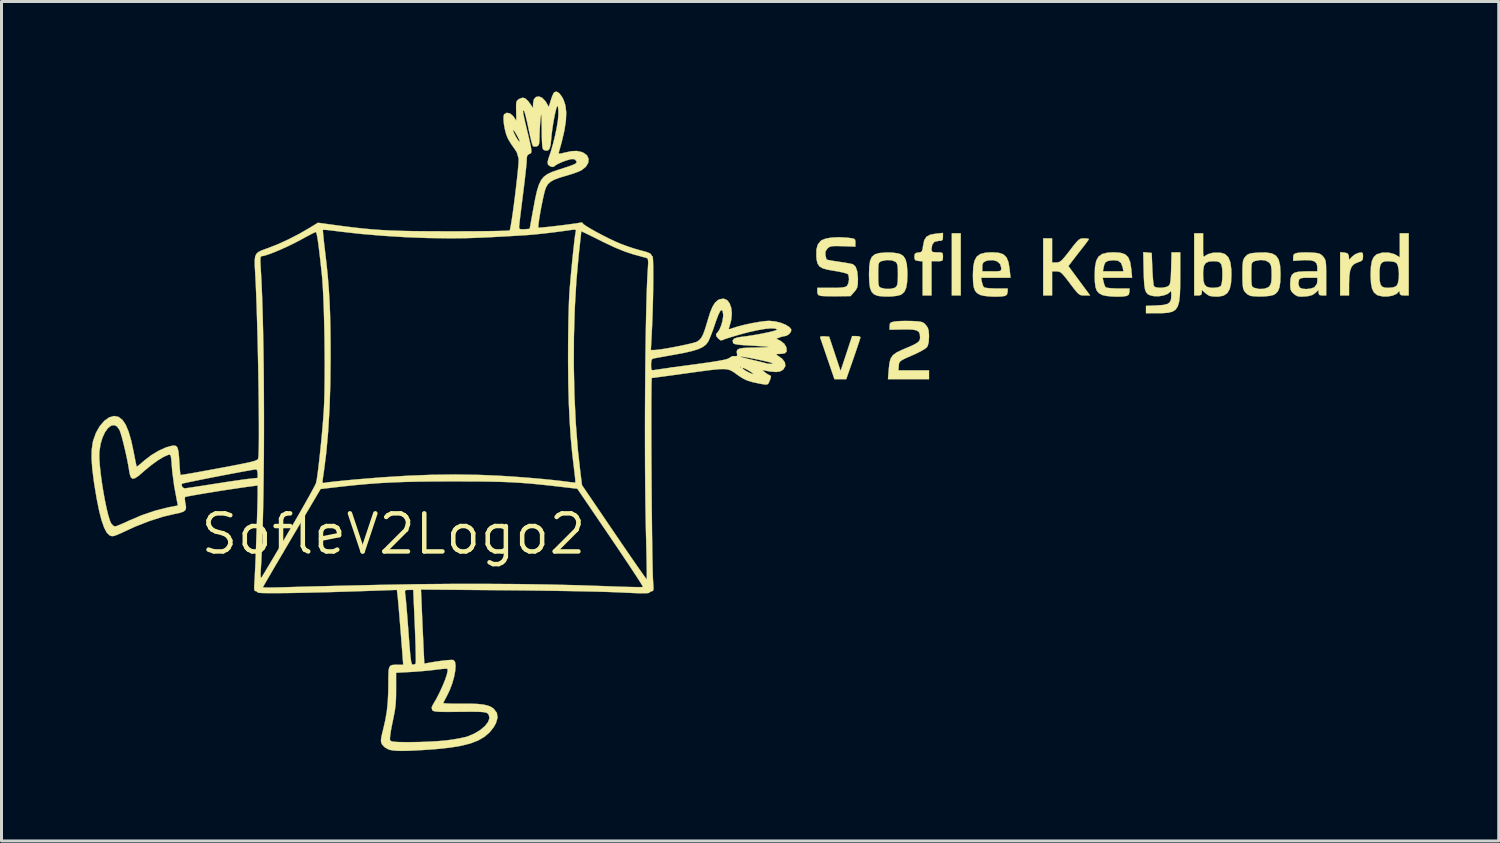
<source format=kicad_pcb>
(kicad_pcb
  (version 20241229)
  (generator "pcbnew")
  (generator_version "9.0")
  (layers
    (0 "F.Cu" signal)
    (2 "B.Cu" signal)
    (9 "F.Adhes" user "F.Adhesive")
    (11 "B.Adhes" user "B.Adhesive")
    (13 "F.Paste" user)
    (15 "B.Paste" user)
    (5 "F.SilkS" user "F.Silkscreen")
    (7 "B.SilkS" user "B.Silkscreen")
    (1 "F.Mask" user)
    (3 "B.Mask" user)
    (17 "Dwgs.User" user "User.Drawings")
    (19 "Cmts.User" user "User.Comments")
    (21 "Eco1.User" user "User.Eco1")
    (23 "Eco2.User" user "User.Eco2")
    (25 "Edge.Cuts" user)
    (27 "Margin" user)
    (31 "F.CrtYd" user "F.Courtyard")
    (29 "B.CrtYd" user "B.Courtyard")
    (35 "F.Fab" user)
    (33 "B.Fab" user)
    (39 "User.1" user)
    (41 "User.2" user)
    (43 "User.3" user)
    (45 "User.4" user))
  (footprint "SofleV2Logo2"
    (layer "F.Cu")
    (at 10.075 14.765)
    (property "Reference" "SofleV2Logo2" (at 0 0 0) (layer "F.SilkS") (effects (font (size 1.27 1.27) (thickness 0.15))))
    (attr through_hole)
    (fp_poly (pts (xy 18.923 -7.959) (xy 18.627 -7.959) (xy 18.627 -10.033) (xy 18.923 -10.033) (xy 18.923 -7.959)) (stroke (width 0.01) (type solid)) (fill yes) (layer "F.SilkS"))
    (fp_poly (pts (xy 31.718 -9.39) (xy 31.817 -9.368) (xy 31.86 -9.312) (xy 31.869 -9.261) (xy 31.882 -9.146) (xy 31.975 -9.251) (xy 32.085 -9.335) (xy 32.205 -9.382) (xy 32.297 -9.394) (xy 32.335 -9.368) (xy 32.343 -9.281) (xy 32.343 -9.262) (xy 32.335 -9.166) (xy 32.296 -9.113) (xy 32.203 -9.074) (xy 32.17 -9.063) (xy 32.051 -9.01) (xy 31.967 -8.924) (xy 31.914 -8.794) (xy 31.886 -8.605) (xy 31.877 -8.347) (xy 31.877 -8.341) (xy 31.877 -7.959) (xy 31.581 -7.959) (xy 31.581 -9.403) (xy 31.718 -9.39)) (stroke (width 0.01) (type solid)) (fill yes) (layer "F.SilkS"))
    (fp_poly (pts (xy 15.534 -6.594) (xy 15.578 -6.569) (xy 15.579 -6.566) (xy 15.565 -6.515) (xy 15.528 -6.398) (xy 15.472 -6.229) (xy 15.402 -6.022) (xy 15.341 -5.846) (xy 15.103 -5.165) (xy 14.907 -5.165) (xy 14.711 -5.165) (xy 14.478 -5.847) (xy 14.4 -6.075) (xy 14.332 -6.275) (xy 14.277 -6.433) (xy 14.242 -6.537) (xy 14.23 -6.569) (xy 14.257 -6.592) (xy 14.343 -6.598) (xy 14.375 -6.596) (xy 14.535 -6.583) (xy 14.725 -6.011) (xy 14.916 -5.44) (xy 15.109 -6.022) (xy 15.301 -6.604) (xy 15.44 -6.604) (xy 15.534 -6.594)) (stroke (width 0.01) (type solid)) (fill yes) (layer "F.SilkS"))
    (fp_poly (pts (xy 18.33 -9.912) (xy 18.323 -9.822) (xy 18.282 -9.786) (xy 18.184 -9.779) (xy 18.051 -9.75) (xy 17.974 -9.66) (xy 17.949 -9.507) (xy 17.957 -9.44) (xy 17.995 -9.408) (xy 18.085 -9.398) (xy 18.14 -9.398) (xy 18.257 -9.395) (xy 18.312 -9.373) (xy 18.329 -9.316) (xy 18.33 -9.25) (xy 18.326 -9.159) (xy 18.299 -9.116) (xy 18.225 -9.103) (xy 18.14 -9.102) (xy 17.949 -9.102) (xy 17.949 -7.959) (xy 17.653 -7.959) (xy 17.653 -9.096) (xy 17.515 -9.11) (xy 17.42 -9.129) (xy 17.383 -9.178) (xy 17.378 -9.25) (xy 17.389 -9.34) (xy 17.441 -9.379) (xy 17.51 -9.39) (xy 17.588 -9.403) (xy 17.631 -9.44) (xy 17.654 -9.521) (xy 17.668 -9.62) (xy 17.706 -9.801) (xy 17.781 -9.918) (xy 17.907 -9.986) (xy 18.09 -10.02) (xy 18.33 -10.045) (xy 18.33 -9.912)) (stroke (width 0.01) (type solid)) (fill yes) (layer "F.SilkS"))
    (fp_poly (pts (xy 21.971 -9.059) (xy 22.114 -9.059) (xy 22.179 -9.065) (xy 22.238 -9.089) (xy 22.303 -9.143) (xy 22.388 -9.238) (xy 22.505 -9.385) (xy 22.564 -9.461) (xy 22.695 -9.632) (xy 22.79 -9.746) (xy 22.86 -9.815) (xy 22.92 -9.85) (xy 22.982 -9.862) (xy 23.035 -9.864) (xy 23.139 -9.858) (xy 23.195 -9.845) (xy 23.199 -9.84) (xy 23.174 -9.799) (xy 23.109 -9.708) (xy 23.015 -9.585) (xy 22.974 -9.533) (xy 22.853 -9.379) (xy 22.736 -9.228) (xy 22.645 -9.11) (xy 22.633 -9.094) (xy 22.516 -8.938) (xy 22.878 -8.448) (xy 23.24 -7.959) (xy 23.055 -7.959) (xy 22.976 -7.961) (xy 22.913 -7.974) (xy 22.854 -8.011) (xy 22.784 -8.082) (xy 22.691 -8.198) (xy 22.568 -8.361) (xy 22.437 -8.533) (xy 22.343 -8.647) (xy 22.273 -8.716) (xy 22.213 -8.75) (xy 22.152 -8.762) (xy 22.118 -8.763) (xy 21.971 -8.763) (xy 21.971 -7.959) (xy 21.675 -7.959) (xy 21.675 -9.864) (xy 21.971 -9.864) (xy 21.971 -9.059)) (stroke (width 0.01) (type solid)) (fill yes) (layer "F.SilkS"))
    (fp_poly (pts (xy 24.249 -9.383) (xy 24.407 -9.332) (xy 24.512 -9.232) (xy 24.576 -9.073) (xy 24.613 -8.841) (xy 24.613 -8.837) (xy 24.64 -8.551) (xy 23.658 -8.551) (xy 23.687 -8.414) (xy 23.718 -8.306) (xy 23.755 -8.235) (xy 23.756 -8.234) (xy 23.814 -8.215) (xy 23.934 -8.2) (xy 24.097 -8.193) (xy 24.175 -8.192) (xy 24.553 -8.192) (xy 24.553 -8.08) (xy 24.528 -7.984) (xy 24.458 -7.943) (xy 24.325 -7.924) (xy 24.147 -7.918) (xy 23.954 -7.925) (xy 23.779 -7.944) (xy 23.651 -7.972) (xy 23.636 -7.978) (xy 23.533 -8.037) (xy 23.462 -8.119) (xy 23.419 -8.24) (xy 23.398 -8.415) (xy 23.392 -8.636) (xy 23.397 -8.763) (xy 23.666 -8.763) (xy 24.352 -8.763) (xy 24.325 -8.901) (xy 24.272 -9.041) (xy 24.174 -9.117) (xy 24.02 -9.135) (xy 23.968 -9.131) (xy 23.83 -9.109) (xy 23.752 -9.066) (xy 23.711 -8.984) (xy 23.692 -8.901) (xy 23.666 -8.763) (xy 23.397 -8.763) (xy 23.403 -8.911) (xy 23.443 -9.115) (xy 23.521 -9.255) (xy 23.644 -9.343) (xy 23.821 -9.387) (xy 24.028 -9.398) (xy 24.249 -9.383)) (stroke (width 0.01) (type solid)) (fill yes) (layer "F.SilkS"))
    (fp_poly (pts (xy 33.867 -7.959) (xy 33.718 -7.959) (xy 33.617 -7.968) (xy 33.575 -8.005) (xy 33.567 -8.054) (xy 33.557 -8.107) (xy 33.542 -8.095) (xy 33.468 -8.014) (xy 33.337 -7.956) (xy 33.173 -7.926) (xy 33.001 -7.926) (xy 32.846 -7.96) (xy 32.802 -7.981) (xy 32.709 -8.059) (xy 32.646 -8.184) (xy 32.61 -8.367) (xy 32.597 -8.619) (xy 32.597 -8.657) (xy 32.893 -8.657) (xy 32.899 -8.457) (xy 32.925 -8.327) (xy 32.979 -8.253) (xy 33.071 -8.219) (xy 33.188 -8.213) (xy 33.354 -8.229) (xy 33.458 -8.275) (xy 33.461 -8.279) (xy 33.508 -8.37) (xy 33.535 -8.513) (xy 33.542 -8.68) (xy 33.529 -8.843) (xy 33.498 -8.977) (xy 33.453 -9.049) (xy 33.371 -9.081) (xy 33.244 -9.099) (xy 33.183 -9.102) (xy 33.052 -9.092) (xy 32.968 -9.052) (xy 32.919 -8.969) (xy 32.897 -8.828) (xy 32.893 -8.657) (xy 32.597 -8.657) (xy 32.607 -8.917) (xy 32.639 -9.105) (xy 32.697 -9.236) (xy 32.785 -9.321) (xy 32.811 -9.336) (xy 32.992 -9.389) (xy 33.197 -9.389) (xy 33.387 -9.338) (xy 33.433 -9.314) (xy 33.57 -9.23) (xy 33.57 -10.033) (xy 33.867 -10.033) (xy 33.867 -7.959)) (stroke (width 0.01) (type solid)) (fill yes) (layer "F.SilkS"))
    (fp_poly (pts (xy 17.253 -7.107) (xy 17.294 -7.106) (xy 17.475 -7.096) (xy 17.592 -7.082) (xy 17.668 -7.056) (xy 17.725 -7.013) (xy 17.762 -6.972) (xy 17.822 -6.887) (xy 17.853 -6.789) (xy 17.864 -6.648) (xy 17.865 -6.585) (xy 17.855 -6.4) (xy 17.822 -6.277) (xy 17.791 -6.227) (xy 17.722 -6.173) (xy 17.595 -6.099) (xy 17.429 -6.016) (xy 17.293 -5.955) (xy 17.107 -5.874) (xy 16.985 -5.815) (xy 16.913 -5.768) (xy 16.876 -5.721) (xy 16.861 -5.664) (xy 16.857 -5.617) (xy 16.844 -5.461) (xy 17.865 -5.461) (xy 17.865 -5.165) (xy 16.497 -5.165) (xy 16.524 -5.51) (xy 16.546 -5.711) (xy 16.587 -5.857) (xy 16.659 -5.965) (xy 16.778 -6.054) (xy 16.958 -6.142) (xy 17.056 -6.183) (xy 17.268 -6.273) (xy 17.413 -6.344) (xy 17.503 -6.404) (xy 17.551 -6.463) (xy 17.567 -6.528) (xy 17.568 -6.555) (xy 17.559 -6.668) (xy 17.524 -6.746) (xy 17.449 -6.794) (xy 17.323 -6.819) (xy 17.131 -6.826) (xy 17.002 -6.824) (xy 16.552 -6.816) (xy 16.552 -6.94) (xy 16.56 -7.018) (xy 16.598 -7.06) (xy 16.69 -7.085) (xy 16.74 -7.093) (xy 16.873 -7.104) (xy 17.056 -7.109) (xy 17.253 -7.107)) (stroke (width 0.01) (type solid)) (fill yes) (layer "F.SilkS"))
    (fp_poly (pts (xy 20.186 -9.383) (xy 20.344 -9.331) (xy 20.45 -9.231) (xy 20.516 -9.07) (xy 20.554 -8.837) (xy 20.554 -8.837) (xy 20.584 -8.551) (xy 19.602 -8.551) (xy 19.628 -8.414) (xy 19.657 -8.306) (xy 19.692 -8.235) (xy 19.693 -8.234) (xy 19.75 -8.215) (xy 19.871 -8.2) (xy 20.032 -8.193) (xy 20.111 -8.192) (xy 20.489 -8.192) (xy 20.489 -8.08) (xy 20.464 -7.984) (xy 20.394 -7.943) (xy 20.261 -7.924) (xy 20.083 -7.918) (xy 19.89 -7.925) (xy 19.715 -7.944) (xy 19.587 -7.972) (xy 19.572 -7.978) (xy 19.469 -8.037) (xy 19.4 -8.119) (xy 19.357 -8.24) (xy 19.336 -8.415) (xy 19.33 -8.636) (xy 19.341 -8.911) (xy 19.341 -8.912) (xy 19.643 -8.912) (xy 19.643 -8.763) (xy 19.96 -8.763) (xy 20.122 -8.764) (xy 20.216 -8.772) (xy 20.262 -8.793) (xy 20.276 -8.832) (xy 20.278 -8.869) (xy 20.241 -9.002) (xy 20.144 -9.094) (xy 20.002 -9.138) (xy 19.831 -9.127) (xy 19.751 -9.103) (xy 19.675 -9.056) (xy 19.645 -8.975) (xy 19.643 -8.912) (xy 19.341 -8.912) (xy 19.381 -9.114) (xy 19.458 -9.255) (xy 19.58 -9.343) (xy 19.755 -9.387) (xy 19.964 -9.398) (xy 20.186 -9.383)) (stroke (width 0.01) (type solid)) (fill yes) (layer "F.SilkS"))
    (fp_poly (pts (xy 25.153 -9.39) (xy 25.294 -9.377) (xy 25.315 -8.848) (xy 25.326 -8.641) (xy 25.34 -8.463) (xy 25.355 -8.333) (xy 25.37 -8.267) (xy 25.371 -8.266) (xy 25.437 -8.229) (xy 25.552 -8.215) (xy 25.685 -8.221) (xy 25.801 -8.249) (xy 25.847 -8.273) (xy 25.882 -8.307) (xy 25.906 -8.36) (xy 25.922 -8.448) (xy 25.933 -8.585) (xy 25.941 -8.787) (xy 25.943 -8.865) (xy 25.957 -9.398) (xy 26.247 -9.398) (xy 26.247 -8.583) (xy 26.244 -8.23) (xy 26.233 -7.953) (xy 26.207 -7.743) (xy 26.161 -7.59) (xy 26.089 -7.485) (xy 25.986 -7.419) (xy 25.846 -7.383) (xy 25.664 -7.369) (xy 25.495 -7.367) (xy 25.104 -7.366) (xy 25.104 -7.611) (xy 25.467 -7.626) (xy 25.678 -7.642) (xy 25.818 -7.675) (xy 25.9 -7.734) (xy 25.94 -7.831) (xy 25.949 -7.975) (xy 25.949 -7.977) (xy 25.944 -8.079) (xy 25.929 -8.106) (xy 25.905 -8.076) (xy 25.826 -8.01) (xy 25.692 -7.96) (xy 25.531 -7.932) (xy 25.372 -7.935) (xy 25.357 -7.938) (xy 25.246 -7.962) (xy 25.164 -8.001) (xy 25.106 -8.067) (xy 25.069 -8.171) (xy 25.046 -8.326) (xy 25.033 -8.544) (xy 25.026 -8.77) (xy 25.013 -9.404) (xy 25.153 -9.39)) (stroke (width 0.01) (type solid)) (fill yes) (layer "F.SilkS"))
    (fp_poly (pts (xy 27.009 -9.624) (xy 27.009 -9.437) (xy 27.013 -9.321) (xy 27.024 -9.265) (xy 27.044 -9.255) (xy 27.078 -9.278) (xy 27.093 -9.292) (xy 27.187 -9.342) (xy 27.323 -9.379) (xy 27.379 -9.387) (xy 27.585 -9.387) (xy 27.74 -9.339) (xy 27.849 -9.235) (xy 27.917 -9.069) (xy 27.949 -8.835) (xy 27.954 -8.657) (xy 27.941 -8.38) (xy 27.897 -8.176) (xy 27.817 -8.037) (xy 27.694 -7.954) (xy 27.525 -7.921) (xy 27.44 -7.92) (xy 27.318 -7.928) (xy 27.227 -7.944) (xy 27.22 -7.946) (xy 27.144 -7.991) (xy 27.062 -8.056) (xy 26.966 -8.143) (xy 26.966 -8.051) (xy 26.949 -7.984) (xy 26.882 -7.96) (xy 26.839 -7.959) (xy 26.712 -7.959) (xy 26.712 -8.665) (xy 27.009 -8.665) (xy 27.018 -8.461) (xy 27.054 -8.328) (xy 27.126 -8.251) (xy 27.244 -8.218) (xy 27.349 -8.213) (xy 27.502 -8.228) (xy 27.595 -8.269) (xy 27.601 -8.276) (xy 27.629 -8.354) (xy 27.648 -8.496) (xy 27.653 -8.657) (xy 27.647 -8.857) (xy 27.621 -8.987) (xy 27.566 -9.062) (xy 27.472 -9.095) (xy 27.356 -9.102) (xy 27.198 -9.089) (xy 27.095 -9.04) (xy 27.036 -8.943) (xy 27.012 -8.784) (xy 27.009 -8.665) (xy 26.712 -8.665) (xy 26.712 -10.033) (xy 27.009 -10.033) (xy 27.009 -9.624)) (stroke (width 0.01) (type solid)) (fill yes) (layer "F.SilkS"))
    (fp_poly (pts (xy 16.669 -9.386) (xy 16.827 -9.362) (xy 16.911 -9.338) (xy 17.013 -9.271) (xy 17.083 -9.161) (xy 17.125 -8.997) (xy 17.143 -8.767) (xy 17.145 -8.657) (xy 17.135 -8.398) (xy 17.102 -8.21) (xy 17.044 -8.081) (xy 16.954 -7.998) (xy 16.911 -7.976) (xy 16.78 -7.944) (xy 16.599 -7.925) (xy 16.402 -7.922) (xy 16.223 -7.936) (xy 16.133 -7.953) (xy 16.023 -8.002) (xy 15.947 -8.085) (xy 15.898 -8.214) (xy 15.872 -8.402) (xy 15.864 -8.657) (xy 16.171 -8.657) (xy 16.173 -8.468) (xy 16.179 -8.347) (xy 16.194 -8.276) (xy 16.222 -8.237) (xy 16.266 -8.214) (xy 16.267 -8.214) (xy 16.415 -8.179) (xy 16.575 -8.178) (xy 16.71 -8.21) (xy 16.745 -8.23) (xy 16.786 -8.272) (xy 16.811 -8.335) (xy 16.823 -8.441) (xy 16.827 -8.607) (xy 16.828 -8.657) (xy 16.825 -8.841) (xy 16.815 -8.959) (xy 16.793 -9.03) (xy 16.757 -9.075) (xy 16.745 -9.084) (xy 16.621 -9.132) (xy 16.457 -9.14) (xy 16.291 -9.107) (xy 16.28 -9.103) (xy 16.23 -9.08) (xy 16.198 -9.046) (xy 16.18 -8.984) (xy 16.173 -8.877) (xy 16.171 -8.706) (xy 16.171 -8.657) (xy 15.864 -8.657) (xy 15.864 -8.657) (xy 15.872 -8.922) (xy 15.9 -9.115) (xy 15.959 -9.247) (xy 16.058 -9.33) (xy 16.209 -9.374) (xy 16.42 -9.392) (xy 16.501 -9.394) (xy 16.669 -9.386)) (stroke (width 0.01) (type solid)) (fill yes) (layer "F.SilkS"))
    (fp_poly (pts (xy 29.303 -9.361) (xy 29.441 -9.285) (xy 29.529 -9.155) (xy 29.576 -8.962) (xy 29.591 -8.696) (xy 29.591 -8.665) (xy 29.583 -8.409) (xy 29.555 -8.224) (xy 29.503 -8.096) (xy 29.422 -8.012) (xy 29.354 -7.975) (xy 29.23 -7.945) (xy 29.054 -7.927) (xy 28.858 -7.923) (xy 28.672 -7.934) (xy 28.586 -7.946) (xy 28.494 -7.992) (xy 28.407 -8.073) (xy 28.368 -8.132) (xy 28.344 -8.204) (xy 28.329 -8.308) (xy 28.322 -8.462) (xy 28.321 -8.657) (xy 28.617 -8.657) (xy 28.619 -8.468) (xy 28.625 -8.347) (xy 28.64 -8.276) (xy 28.668 -8.237) (xy 28.712 -8.214) (xy 28.713 -8.214) (xy 28.877 -8.175) (xy 29.042 -8.181) (xy 29.175 -8.228) (xy 29.21 -8.255) (xy 29.256 -8.316) (xy 29.282 -8.401) (xy 29.293 -8.532) (xy 29.295 -8.657) (xy 29.291 -8.832) (xy 29.275 -8.945) (xy 29.243 -9.02) (xy 29.21 -9.059) (xy 29.091 -9.125) (xy 28.929 -9.143) (xy 28.752 -9.112) (xy 28.726 -9.103) (xy 28.676 -9.08) (xy 28.644 -9.046) (xy 28.626 -8.984) (xy 28.619 -8.877) (xy 28.617 -8.706) (xy 28.617 -8.657) (xy 28.321 -8.657) (xy 28.321 -8.661) (xy 28.322 -8.872) (xy 28.329 -9.017) (xy 28.343 -9.114) (xy 28.367 -9.181) (xy 28.406 -9.238) (xy 28.419 -9.253) (xy 28.48 -9.314) (xy 28.553 -9.351) (xy 28.66 -9.373) (xy 28.826 -9.387) (xy 28.837 -9.388) (xy 29.104 -9.393) (xy 29.303 -9.361)) (stroke (width 0.01) (type solid)) (fill yes) (layer "F.SilkS"))
    (fp_poly (pts (xy 30.612 -9.391) (xy 30.777 -9.377) (xy 30.882 -9.356) (xy 30.954 -9.316) (xy 31.014 -9.256) (xy 31.054 -9.205) (xy 31.082 -9.15) (xy 31.1 -9.076) (xy 31.11 -8.966) (xy 31.114 -8.805) (xy 31.115 -8.576) (xy 31.115 -8.549) (xy 31.115 -7.959) (xy 30.988 -7.959) (xy 30.896 -7.971) (xy 30.863 -8.02) (xy 30.861 -8.051) (xy 30.861 -8.143) (xy 30.755 -8.043) (xy 30.655 -7.975) (xy 30.518 -7.938) (xy 30.402 -7.925) (xy 30.254 -7.919) (xy 30.156 -7.935) (xy 30.076 -7.979) (xy 30.034 -8.013) (xy 29.963 -8.083) (xy 29.927 -8.157) (xy 29.915 -8.265) (xy 29.915 -8.345) (xy 30.185 -8.345) (xy 30.223 -8.234) (xy 30.234 -8.221) (xy 30.32 -8.183) (xy 30.451 -8.172) (xy 30.592 -8.187) (xy 30.708 -8.226) (xy 30.725 -8.236) (xy 30.804 -8.341) (xy 30.819 -8.427) (xy 30.819 -8.551) (xy 30.527 -8.551) (xy 30.362 -8.547) (xy 30.265 -8.531) (xy 30.217 -8.499) (xy 30.209 -8.484) (xy 30.185 -8.345) (xy 29.915 -8.345) (xy 29.915 -8.364) (xy 29.927 -8.529) (xy 29.967 -8.642) (xy 30.048 -8.713) (xy 30.183 -8.749) (xy 30.384 -8.762) (xy 30.464 -8.763) (xy 30.819 -8.763) (xy 30.819 -8.912) (xy 30.798 -9.022) (xy 30.729 -9.094) (xy 30.602 -9.131) (xy 30.408 -9.138) (xy 30.3 -9.133) (xy 30.014 -9.113) (xy 30.014 -9.232) (xy 30.026 -9.316) (xy 30.08 -9.359) (xy 30.163 -9.38) (xy 30.282 -9.392) (xy 30.449 -9.395) (xy 30.612 -9.391)) (stroke (width 0.01) (type solid)) (fill yes) (layer "F.SilkS"))
    (fp_poly (pts (xy 15.122 -9.888) (xy 15.129 -9.887) (xy 15.279 -9.869) (xy 15.362 -9.85) (xy 15.399 -9.817) (xy 15.409 -9.76) (xy 15.409 -9.723) (xy 15.409 -9.588) (xy 14.99 -9.603) (xy 14.795 -9.608) (xy 14.665 -9.605) (xy 14.581 -9.592) (xy 14.524 -9.565) (xy 14.477 -9.524) (xy 14.411 -9.427) (xy 14.409 -9.311) (xy 14.411 -9.301) (xy 14.433 -9.206) (xy 14.452 -9.156) (xy 14.453 -9.155) (xy 14.499 -9.143) (xy 14.61 -9.122) (xy 14.766 -9.097) (xy 14.865 -9.082) (xy 15.046 -9.055) (xy 15.199 -9.028) (xy 15.303 -9.006) (xy 15.33 -8.998) (xy 15.417 -8.917) (xy 15.472 -8.759) (xy 15.494 -8.526) (xy 15.494 -8.487) (xy 15.489 -8.329) (xy 15.469 -8.224) (xy 15.424 -8.14) (xy 15.371 -8.076) (xy 15.247 -7.938) (xy 14.81 -7.931) (xy 14.613 -7.931) (xy 14.436 -7.934) (xy 14.304 -7.94) (xy 14.256 -7.945) (xy 14.171 -7.975) (xy 14.141 -8.045) (xy 14.139 -8.088) (xy 14.139 -8.213) (xy 14.602 -8.213) (xy 14.821 -8.215) (xy 14.97 -8.225) (xy 15.066 -8.243) (xy 15.122 -8.271) (xy 15.131 -8.279) (xy 15.178 -8.373) (xy 15.197 -8.503) (xy 15.182 -8.625) (xy 15.164 -8.666) (xy 15.111 -8.693) (xy 14.993 -8.726) (xy 14.831 -8.759) (xy 14.714 -8.778) (xy 14.48 -8.819) (xy 14.317 -8.865) (xy 14.211 -8.929) (xy 14.149 -9.021) (xy 14.117 -9.15) (xy 14.107 -9.259) (xy 14.109 -9.491) (xy 14.157 -9.661) (xy 14.253 -9.779) (xy 14.282 -9.801) (xy 14.42 -9.856) (xy 14.62 -9.891) (xy 14.861 -9.902) (xy 15.122 -9.888)) (stroke (width 0.01) (type solid)) (fill yes) (layer "F.SilkS"))
    (fp_poly (pts (xy 5.525 -14.71) (xy 5.617 -14.593) (xy 5.672 -14.492) (xy 5.737 -14.296) (xy 5.764 -14.063) (xy 5.752 -13.785) (xy 5.701 -13.454) (xy 5.609 -13.063) (xy 5.523 -12.758) (xy 5.512 -12.708) (xy 5.529 -12.688) (xy 5.593 -12.695) (xy 5.72 -12.726) (xy 5.721 -12.726) (xy 5.94 -12.772) (xy 6.113 -12.779) (xy 6.267 -12.747) (xy 6.329 -12.724) (xy 6.454 -12.636) (xy 6.51 -12.518) (xy 6.498 -12.385) (xy 6.419 -12.253) (xy 6.275 -12.137) (xy 6.169 -12.088) (xy 6.011 -12.03) (xy 5.831 -11.973) (xy 5.785 -11.96) (xy 5.539 -11.887) (xy 5.361 -11.82) (xy 5.237 -11.75) (xy 5.151 -11.668) (xy 5.09 -11.565) (xy 5.081 -11.543) (xy 5.051 -11.452) (xy 5.014 -11.306) (xy 4.974 -11.123) (xy 4.933 -10.92) (xy 4.895 -10.714) (xy 4.864 -10.524) (xy 4.841 -10.367) (xy 4.831 -10.26) (xy 4.835 -10.221) (xy 4.88 -10.221) (xy 4.992 -10.23) (xy 5.154 -10.246) (xy 5.349 -10.268) (xy 5.56 -10.293) (xy 5.769 -10.319) (xy 5.961 -10.345) (xy 6.118 -10.367) (xy 6.223 -10.385) (xy 6.255 -10.393) (xy 6.303 -10.387) (xy 6.308 -10.373) (xy 6.344 -10.333) (xy 6.442 -10.266) (xy 6.589 -10.177) (xy 6.77 -10.075) (xy 6.972 -9.968) (xy 7.18 -9.863) (xy 7.38 -9.768) (xy 7.559 -9.69) (xy 7.566 -9.687) (xy 7.781 -9.606) (xy 8.011 -9.529) (xy 8.218 -9.469) (xy 8.275 -9.455) (xy 8.445 -9.408) (xy 8.556 -9.363) (xy 8.594 -9.326) (xy 8.622 -9.275) (xy 8.641 -9.271) (xy 8.652 -9.23) (xy 8.66 -9.116) (xy 8.665 -8.939) (xy 8.667 -8.709) (xy 8.666 -8.437) (xy 8.663 -8.135) (xy 8.657 -7.812) (xy 8.648 -7.48) (xy 8.637 -7.15) (xy 8.623 -6.831) (xy 8.61 -6.572) (xy 8.586 -6.138) (xy 8.7 -6.138) (xy 8.808 -6.147) (xy 8.975 -6.17) (xy 9.179 -6.204) (xy 9.403 -6.246) (xy 9.626 -6.29) (xy 9.83 -6.335) (xy 9.995 -6.375) (xy 10.103 -6.407) (xy 10.122 -6.416) (xy 10.202 -6.469) (xy 10.27 -6.547) (xy 10.331 -6.663) (xy 10.393 -6.832) (xy 10.464 -7.066) (xy 10.478 -7.115) (xy 10.561 -7.382) (xy 10.64 -7.577) (xy 10.723 -7.712) (xy 10.816 -7.798) (xy 10.88 -7.832) (xy 11.016 -7.853) (xy 11.129 -7.804) (xy 11.214 -7.696) (xy 11.269 -7.541) (xy 11.288 -7.35) (xy 11.267 -7.136) (xy 11.204 -6.909) (xy 11.196 -6.889) (xy 11.184 -6.841) (xy 11.219 -6.837) (xy 11.288 -6.86) (xy 11.47 -6.919) (xy 11.701 -6.979) (xy 11.952 -7.033) (xy 12.198 -7.077) (xy 12.41 -7.105) (xy 12.533 -7.112) (xy 12.728 -7.094) (xy 12.921 -7.047) (xy 13.091 -6.978) (xy 13.216 -6.896) (xy 13.27 -6.825) (xy 13.26 -6.75) (xy 13.198 -6.67) (xy 13.11 -6.615) (xy 13.058 -6.604) (xy 12.979 -6.59) (xy 12.886 -6.56) (xy 12.77 -6.516) (xy 12.914 -6.444) (xy 13.035 -6.35) (xy 13.107 -6.229) (xy 13.117 -6.104) (xy 13.11 -6.08) (xy 13.056 -6.03) (xy 12.935 -6.011) (xy 12.902 -6.01) (xy 12.796 -6.006) (xy 12.763 -5.994) (xy 12.795 -5.968) (xy 12.806 -5.962) (xy 12.969 -5.846) (xy 13.058 -5.724) (xy 13.072 -5.603) (xy 13.007 -5.492) (xy 12.997 -5.483) (xy 12.899 -5.425) (xy 12.762 -5.406) (xy 12.571 -5.422) (xy 12.488 -5.436) (xy 12.298 -5.471) (xy 12.41 -5.381) (xy 12.5 -5.32) (xy 12.565 -5.292) (xy 12.568 -5.292) (xy 12.594 -5.259) (xy 12.569 -5.161) (xy 12.524 -5.055) (xy 12.496 -5.01) (xy 12.457 -4.988) (xy 12.384 -4.989) (xy 12.255 -5.01) (xy 12.199 -5.021) (xy 11.973 -5.069) (xy 11.803 -5.121) (xy 11.658 -5.19) (xy 11.509 -5.286) (xy 11.472 -5.313) (xy 11.38 -5.38) (xy 11.3 -5.432) (xy 11.221 -5.47) (xy 11.132 -5.494) (xy 11.022 -5.504) (xy 10.881 -5.501) (xy 10.698 -5.485) (xy 10.461 -5.456) (xy 10.16 -5.416) (xy 9.857 -5.374) (xy 9.548 -5.331) (xy 9.265 -5.292) (xy 9.02 -5.259) (xy 8.824 -5.233) (xy 8.688 -5.215) (xy 8.623 -5.207) (xy 8.619 -5.207) (xy 8.614 -5.166) (xy 8.609 -5.048) (xy 8.606 -4.861) (xy 8.604 -4.612) (xy 8.602 -4.309) (xy 8.602 -3.96) (xy 8.602 -3.573) (xy 8.603 -3.154) (xy 8.604 -2.713) (xy 8.607 -2.256) (xy 8.61 -1.791) (xy 8.613 -1.327) (xy 8.617 -0.87) (xy 8.622 -0.428) (xy 8.626 -0.009) (xy 8.632 0.379) (xy 8.637 0.728) (xy 8.643 1.032) (xy 8.649 1.281) (xy 8.655 1.469) (xy 8.662 1.588) (xy 8.662 1.598) (xy 8.674 1.759) (xy 8.673 1.852) (xy 8.655 1.895) (xy 8.624 1.905) (xy 8.557 1.93) (xy 8.543 1.951) (xy 8.51 1.966) (xy 8.42 1.975) (xy 8.267 1.976) (xy 8.044 1.969) (xy 7.745 1.956) (xy 7.597 1.949) (xy 7.39 1.94) (xy 7.109 1.93) (xy 6.763 1.921) (xy 6.363 1.912) (xy 5.919 1.903) (xy 5.442 1.895) (xy 4.941 1.888) (xy 4.426 1.881) (xy 3.908 1.876) (xy 3.793 1.875) (xy 0.918 1.851) (xy 0.947 2.524) (xy 0.959 2.815) (xy 0.973 3.135) (xy 0.988 3.448) (xy 1 3.718) (xy 1.002 3.759) (xy 1.029 4.322) (xy 1.139 4.302) (xy 1.383 4.26) (xy 1.608 4.228) (xy 1.797 4.207) (xy 1.936 4.198) (xy 2.005 4.204) (xy 2.054 4.266) (xy 2.072 4.389) (xy 2.061 4.559) (xy 2.023 4.761) (xy 1.962 4.979) (xy 1.88 5.198) (xy 1.81 5.345) (xy 1.74 5.48) (xy 1.686 5.584) (xy 1.66 5.636) (xy 1.66 5.637) (xy 1.695 5.646) (xy 1.799 5.653) (xy 1.959 5.658) (xy 2.159 5.658) (xy 2.231 5.658) (xy 2.558 5.658) (xy 2.813 5.668) (xy 3.009 5.69) (xy 3.157 5.725) (xy 3.271 5.775) (xy 3.344 5.827) (xy 3.448 5.962) (xy 3.473 6.125) (xy 3.417 6.314) (xy 3.344 6.443) (xy 3.205 6.618) (xy 3.035 6.764) (xy 2.825 6.886) (xy 2.568 6.985) (xy 2.255 7.064) (xy 1.878 7.126) (xy 1.431 7.173) (xy 1.123 7.196) (xy 0.77 7.217) (xy 0.491 7.23) (xy 0.273 7.234) (xy 0.105 7.23) (xy -0.024 7.218) (xy -0.126 7.197) (xy -0.168 7.184) (xy -0.286 7.118) (xy -0.374 7.027) (xy -0.378 7.02) (xy -0.406 6.959) (xy -0.417 6.892) (xy -0.411 6.835) (xy -0.118 6.835) (xy -0.114 6.873) (xy -0.094 6.899) (xy -0.051 6.918) (xy 0.028 6.93) (xy 0.156 6.938) (xy 0.344 6.941) (xy 0.602 6.941) (xy 0.885 6.937) (xy 1.186 6.925) (xy 1.474 6.909) (xy 1.717 6.888) (xy 1.778 6.882) (xy 1.997 6.851) (xy 2.209 6.814) (xy 2.384 6.777) (xy 2.477 6.751) (xy 2.705 6.653) (xy 2.901 6.534) (xy 3.054 6.403) (xy 3.158 6.268) (xy 3.202 6.141) (xy 3.179 6.029) (xy 3.151 5.993) (xy 3.118 5.969) (xy 3.069 5.951) (xy 2.991 5.939) (xy 2.873 5.931) (xy 2.704 5.928) (xy 2.472 5.928) (xy 2.208 5.93) (xy 1.912 5.933) (xy 1.689 5.933) (xy 1.529 5.929) (xy 1.42 5.921) (xy 1.352 5.908) (xy 1.312 5.89) (xy 1.293 5.87) (xy 1.274 5.785) (xy 1.309 5.705) (xy 1.425 5.507) (xy 1.535 5.293) (xy 1.634 5.079) (xy 1.717 4.877) (xy 1.776 4.704) (xy 1.807 4.573) (xy 1.803 4.5) (xy 1.799 4.495) (xy 1.751 4.491) (xy 1.64 4.499) (xy 1.486 4.516) (xy 1.419 4.525) (xy 1.218 4.549) (xy 0.971 4.572) (xy 0.715 4.592) (xy 0.574 4.601) (xy 0.088 4.627) (xy 0.088 5.132) (xy 0.087 5.362) (xy 0.082 5.544) (xy 0.07 5.702) (xy 0.05 5.861) (xy 0.017 6.045) (xy -0.03 6.278) (xy -0.051 6.376) (xy -0.086 6.562) (xy -0.109 6.722) (xy -0.118 6.835) (xy -0.411 6.835) (xy -0.408 6.799) (xy -0.378 6.659) (xy -0.347 6.533) (xy -0.272 6.208) (xy -0.22 5.904) (xy -0.189 5.594) (xy -0.173 5.248) (xy -0.17 4.989) (xy -0.169 4.747) (xy -0.163 4.576) (xy -0.146 4.465) (xy -0.11 4.401) (xy -0.051 4.37) (xy 0.04 4.361) (xy 0.145 4.36) (xy 0.326 4.36) (xy 0.311 4.159) (xy 0.278 3.732) (xy 0.247 3.333) (xy 0.218 2.971) (xy 0.192 2.655) (xy 0.17 2.396) (xy 0.153 2.203) (xy 0.141 2.085) (xy 0.119 1.897) (xy 0.385 1.897) (xy 0.388 1.977) (xy 0.395 2.021) (xy 0.405 2.111) (xy 0.421 2.269) (xy 0.439 2.482) (xy 0.46 2.733) (xy 0.481 3.009) (xy 0.487 3.09) (xy 0.514 3.451) (xy 0.536 3.737) (xy 0.555 3.956) (xy 0.571 4.117) (xy 0.586 4.228) (xy 0.602 4.3) (xy 0.618 4.34) (xy 0.636 4.357) (xy 0.656 4.36) (xy 0.727 4.334) (xy 0.74 4.32) (xy 0.745 4.268) (xy 0.746 4.143) (xy 0.743 3.956) (xy 0.737 3.718) (xy 0.728 3.439) (xy 0.716 3.131) (xy 0.713 3.071) (xy 0.661 1.863) (xy 0.516 1.863) (xy 0.422 1.867) (xy 0.385 1.897) (xy 0.119 1.897) (xy 0.115 1.863) (xy -0.482 1.884) (xy -1.087 1.905) (xy -1.659 1.923) (xy -2.195 1.939) (xy -2.689 1.951) (xy -3.135 1.961) (xy -3.528 1.968) (xy -3.864 1.971) (xy -4.136 1.971) (xy -4.34 1.969) (xy -4.47 1.962) (xy -4.521 1.953) (xy -4.521 1.952) (xy -4.571 1.909) (xy -4.598 1.905) (xy -4.63 1.89) (xy -4.645 1.836) (xy -4.645 1.778) (xy -4.358 1.778) (xy -4.319 1.783) (xy -4.207 1.785) (xy -4.037 1.784) (xy -3.821 1.78) (xy -3.572 1.773) (xy -3.545 1.772) (xy -3.347 1.766) (xy -3.075 1.758) (xy -2.741 1.749) (xy -2.355 1.74) (xy -1.93 1.729) (xy -1.475 1.719) (xy -1.002 1.708) (xy -0.522 1.697) (xy -0.275 1.692) (xy 0.826 1.673) (xy 1.941 1.663) (xy 3.052 1.662) (xy 4.144 1.669) (xy 5.2 1.684) (xy 6.205 1.709) (xy 7.141 1.741) (xy 7.146 1.741) (xy 7.45 1.753) (xy 7.726 1.761) (xy 7.962 1.767) (xy 8.148 1.77) (xy 8.272 1.77) (xy 8.324 1.766) (xy 8.324 1.765) (xy 8.306 1.727) (xy 8.244 1.625) (xy 8.144 1.468) (xy 8.009 1.262) (xy 7.845 1.014) (xy 7.656 0.731) (xy 7.447 0.42) (xy 7.241 0.115) (xy 6.135 -1.512) (xy 5.533 -1.582) (xy 5.161 -1.624) (xy 4.831 -1.659) (xy 4.528 -1.687) (xy 4.24 -1.709) (xy 3.952 -1.726) (xy 3.65 -1.739) (xy 3.32 -1.747) (xy 2.948 -1.753) (xy 2.521 -1.755) (xy 2.024 -1.756) (xy 1.99 -1.756) (xy 1.396 -1.755) (xy 0.871 -1.749) (xy 0.4 -1.739) (xy -0.033 -1.723) (xy -0.444 -1.701) (xy -0.848 -1.671) (xy -1.261 -1.634) (xy -1.699 -1.588) (xy -2.009 -1.552) (xy -2.43 -1.503) (xy -3.393 0.127) (xy -3.592 0.465) (xy -3.777 0.78) (xy -3.945 1.064) (xy -4.089 1.312) (xy -4.207 1.514) (xy -4.294 1.664) (xy -4.345 1.754) (xy -4.358 1.778) (xy -4.645 1.778) (xy -4.645 1.726) (xy -4.636 1.598) (xy -4.628 1.47) (xy -4.619 1.272) (xy -4.607 1.018) (xy -4.595 0.722) (xy -4.583 0.4) (xy -4.571 0.065) (xy -4.559 -0.269) (xy -4.549 -0.586) (xy -4.54 -0.872) (xy -4.534 -1.114) (xy -4.53 -1.296) (xy -4.53 -1.369) (xy -4.53 -1.62) (xy -4.752 -1.591) (xy -4.947 -1.565) (xy -5.181 -1.531) (xy -5.443 -1.492) (xy -5.718 -1.45) (xy -5.994 -1.406) (xy -6.258 -1.363) (xy -6.498 -1.322) (xy -6.699 -1.287) (xy -6.849 -1.259) (xy -6.936 -1.241) (xy -6.951 -1.235) (xy -6.961 -1.18) (xy -6.95 -1.075) (xy -6.939 -1.022) (xy -6.919 -0.893) (xy -6.936 -0.806) (xy -7.003 -0.748) (xy -7.133 -0.705) (xy -7.272 -0.677) (xy -7.688 -0.579) (xy -8.141 -0.434) (xy -8.608 -0.251) (xy -8.862 -0.136) (xy -9.068 -0.039) (xy -9.212 0.024) (xy -9.31 0.06) (xy -9.378 0.071) (xy -9.429 0.062) (xy -9.475 0.039) (xy -9.564 -0.048) (xy -9.65 -0.211) (xy -9.734 -0.45) (xy -9.816 -0.767) (xy -9.897 -1.165) (xy -9.977 -1.646) (xy -9.994 -1.757) (xy -10.046 -2.172) (xy -10.07 -2.52) (xy -10.07 -2.527) (xy -9.812 -2.527) (xy -9.796 -2.292) (xy -9.767 -2.018) (xy -9.727 -1.722) (xy -9.679 -1.419) (xy -9.626 -1.125) (xy -9.569 -0.854) (xy -9.513 -0.623) (xy -9.458 -0.447) (xy -9.414 -0.349) (xy -9.347 -0.278) (xy -9.29 -0.254) (xy -9.226 -0.271) (xy -9.106 -0.319) (xy -8.949 -0.387) (xy -8.836 -0.44) (xy -8.399 -0.627) (xy -7.944 -0.781) (xy -7.51 -0.891) (xy -7.465 -0.9) (xy -7.19 -0.952) (xy -7.217 -1.079) (xy -7.314 -1.599) (xy -7.317 -1.621) (xy -7.066 -1.621) (xy -7.03 -1.555) (xy -6.973 -1.524) (xy -6.916 -1.53) (xy -6.788 -1.548) (xy -6.603 -1.576) (xy -6.373 -1.611) (xy -6.112 -1.652) (xy -6.008 -1.668) (xy -5.72 -1.713) (xy -5.442 -1.756) (xy -5.19 -1.792) (xy -4.983 -1.822) (xy -4.837 -1.84) (xy -4.815 -1.842) (xy -4.53 -1.873) (xy -4.53 -2.016) (xy -4.544 -2.119) (xy -4.582 -2.158) (xy -4.583 -2.158) (xy -4.645 -2.15) (xy -4.775 -2.128) (xy -4.961 -2.095) (xy -5.188 -2.053) (xy -5.446 -2.004) (xy -5.72 -1.952) (xy -5.999 -1.898) (xy -6.269 -1.845) (xy -6.519 -1.795) (xy -6.735 -1.751) (xy -6.905 -1.715) (xy -7.016 -1.69) (xy -7.056 -1.679) (xy -7.066 -1.621) (xy -7.317 -1.621) (xy -7.377 -2.077) (xy -7.394 -2.276) (xy -7.408 -2.459) (xy -7.422 -2.573) (xy -7.44 -2.631) (xy -7.468 -2.65) (xy -7.509 -2.643) (xy -7.51 -2.643) (xy -7.662 -2.577) (xy -7.855 -2.461) (xy -8.07 -2.306) (xy -8.29 -2.126) (xy -8.338 -2.083) (xy -8.504 -1.94) (xy -8.624 -1.861) (xy -8.707 -1.846) (xy -8.762 -1.897) (xy -8.799 -2.014) (xy -8.817 -2.121) (xy -8.85 -2.315) (xy -8.895 -2.542) (xy -8.948 -2.783) (xy -9.004 -3.017) (xy -9.058 -3.225) (xy -9.106 -3.386) (xy -9.138 -3.471) (xy -9.222 -3.59) (xy -9.319 -3.635) (xy -9.423 -3.613) (xy -9.526 -3.531) (xy -9.623 -3.396) (xy -9.707 -3.217) (xy -9.771 -3.001) (xy -9.808 -2.755) (xy -9.812 -2.709) (xy -9.812 -2.527) (xy -10.07 -2.527) (xy -10.065 -2.81) (xy -10.031 -3.056) (xy -10.013 -3.128) (xy -9.922 -3.381) (xy -9.797 -3.6) (xy -9.648 -3.774) (xy -9.486 -3.891) (xy -9.323 -3.937) (xy -9.31 -3.937) (xy -9.169 -3.907) (xy -9.045 -3.813) (xy -8.934 -3.652) (xy -8.836 -3.418) (xy -8.746 -3.109) (xy -8.672 -2.763) (xy -8.634 -2.568) (xy -8.602 -2.407) (xy -8.578 -2.295) (xy -8.566 -2.249) (xy -8.566 -2.249) (xy -8.532 -2.268) (xy -8.451 -2.331) (xy -8.34 -2.426) (xy -8.31 -2.453) (xy -8.086 -2.626) (xy -7.837 -2.777) (xy -7.59 -2.889) (xy -7.401 -2.943) (xy -7.311 -2.952) (xy -7.247 -2.934) (xy -7.203 -2.876) (xy -7.174 -2.766) (xy -7.155 -2.593) (xy -7.142 -2.399) (xy -7.131 -2.221) (xy -7.119 -2.078) (xy -7.109 -1.99) (xy -7.105 -1.97) (xy -7.061 -1.974) (xy -6.945 -1.993) (xy -6.765 -2.023) (xy -6.534 -2.064) (xy -6.259 -2.114) (xy -5.953 -2.17) (xy -5.813 -2.196) (xy -5.449 -2.264) (xy -5.161 -2.32) (xy -4.938 -2.365) (xy -4.773 -2.401) (xy -4.657 -2.432) (xy -4.581 -2.458) (xy -4.537 -2.483) (xy -4.516 -2.508) (xy -4.511 -2.519) (xy -4.502 -2.6) (xy -4.495 -2.757) (xy -4.49 -2.983) (xy -4.488 -3.269) (xy -4.488 -3.606) (xy -4.49 -3.986) (xy -4.494 -4.401) (xy -4.5 -4.844) (xy -4.507 -5.304) (xy -4.516 -5.776) (xy -4.526 -6.249) (xy -4.538 -6.716) (xy -4.551 -7.168) (xy -4.564 -7.598) (xy -4.579 -7.997) (xy -4.594 -8.356) (xy -4.61 -8.668) (xy -4.61 -8.676) (xy -4.625 -8.933) (xy -4.628 -9.121) (xy -4.625 -9.147) (xy -4.44 -9.147) (xy -4.436 -9.011) (xy -4.427 -8.858) (xy -4.403 -8.435) (xy -4.382 -7.94) (xy -4.364 -7.384) (xy -4.349 -6.777) (xy -4.337 -6.129) (xy -4.328 -5.45) (xy -4.323 -4.749) (xy -4.32 -4.036) (xy -4.32 -3.322) (xy -4.323 -2.616) (xy -4.33 -1.928) (xy -4.339 -1.269) (xy -4.352 -0.647) (xy -4.367 -0.073) (xy -4.386 0.443) (xy -4.407 0.891) (xy -4.424 1.164) (xy -4.432 1.33) (xy -4.429 1.433) (xy -4.414 1.463) (xy -4.41 1.46) (xy -4.381 1.416) (xy -4.313 1.306) (xy -4.213 1.139) (xy -4.084 0.923) (xy -3.931 0.665) (xy -3.759 0.374) (xy -3.573 0.058) (xy -3.494 -0.077) (xy -3.302 -0.405) (xy -3.123 -0.715) (xy -2.961 -0.999) (xy -2.822 -1.246) (xy -2.71 -1.45) (xy -2.629 -1.601) (xy -2.586 -1.691) (xy -2.58 -1.707) (xy -2.572 -1.748) (xy -2.369 -1.748) (xy -2.358 -1.704) (xy -2.315 -1.705) (xy -2.303 -1.708) (xy -2.238 -1.719) (xy -2.103 -1.736) (xy -1.91 -1.757) (xy -1.673 -1.781) (xy -1.406 -1.807) (xy -1.291 -1.818) (xy -0.37 -1.893) (xy 0.485 -1.946) (xy 1.293 -1.977) (xy 2.069 -1.986) (xy 2.831 -1.974) (xy 3.493 -1.947) (xy 3.853 -1.925) (xy 4.237 -1.898) (xy 4.626 -1.867) (xy 5 -1.834) (xy 5.343 -1.799) (xy 5.635 -1.766) (xy 5.831 -1.74) (xy 5.957 -1.724) (xy 6.044 -1.718) (xy 6.067 -1.721) (xy 6.068 -1.766) (xy 6.059 -1.877) (xy 6.042 -2.034) (xy 6.027 -2.155) (xy 5.964 -2.689) (xy 5.914 -3.225) (xy 5.877 -3.779) (xy 5.85 -4.368) (xy 5.833 -5.005) (xy 5.827 -5.608) (xy 6.016 -5.608) (xy 6.037 -4.641) (xy 6.082 -3.7) (xy 6.152 -2.803) (xy 6.236 -2.053) (xy 6.29 -1.63) (xy 7.363 -0.051) (xy 7.584 0.273) (xy 7.79 0.574) (xy 7.977 0.846) (xy 8.139 1.08) (xy 8.273 1.271) (xy 8.372 1.411) (xy 8.432 1.493) (xy 8.45 1.513) (xy 8.452 1.469) (xy 8.452 1.349) (xy 8.45 1.165) (xy 8.446 0.924) (xy 8.44 0.637) (xy 8.433 0.313) (xy 8.424 -0.023) (xy 8.414 -0.5) (xy 8.405 -1.025) (xy 8.399 -1.588) (xy 8.394 -2.183) (xy 8.392 -2.801) (xy 8.391 -3.433) (xy 8.392 -4.07) (xy 8.395 -4.705) (xy 8.4 -5.329) (xy 8.403 -5.645) (xy 8.594 -5.645) (xy 8.597 -5.527) (xy 8.614 -5.474) (xy 8.661 -5.465) (xy 8.71 -5.473) (xy 8.782 -5.484) (xy 8.925 -5.505) (xy 9.128 -5.534) (xy 9.182 -5.541) (xy 11.641 -5.541) (xy 11.665 -5.506) (xy 11.736 -5.454) (xy 11.841 -5.397) (xy 11.943 -5.351) (xy 12.002 -5.334) (xy 11.995 -5.354) (xy 11.931 -5.403) (xy 11.874 -5.439) (xy 11.757 -5.505) (xy 11.675 -5.541) (xy 11.641 -5.541) (xy 9.182 -5.541) (xy 9.365 -5.567) (xy 11.557 -5.567) (xy 11.578 -5.546) (xy 11.599 -5.567) (xy 11.578 -5.588) (xy 11.557 -5.567) (xy 9.365 -5.567) (xy 9.379 -5.569) (xy 9.665 -5.608) (xy 9.974 -5.65) (xy 9.991 -5.652) (xy 10.355 -5.702) (xy 10.644 -5.744) (xy 10.864 -5.78) (xy 11.023 -5.811) (xy 11.129 -5.838) (xy 11.191 -5.863) (xy 11.21 -5.878) (xy 11.284 -5.922) (xy 11.578 -5.922) (xy 11.581 -5.913) (xy 11.654 -5.889) (xy 11.785 -5.855) (xy 11.937 -5.818) (xy 12.123 -5.774) (xy 12.279 -5.736) (xy 12.387 -5.709) (xy 12.424 -5.697) (xy 12.494 -5.681) (xy 12.576 -5.677) (xy 12.636 -5.684) (xy 12.645 -5.699) (xy 12.595 -5.718) (xy 12.48 -5.748) (xy 12.323 -5.785) (xy 12.141 -5.824) (xy 11.956 -5.861) (xy 11.787 -5.893) (xy 11.654 -5.914) (xy 11.578 -5.922) (xy 11.284 -5.922) (xy 11.298 -5.93) (xy 11.374 -5.933) (xy 11.452 -5.933) (xy 11.468 -5.973) (xy 11.463 -6.002) (xy 11.45 -6.085) (xy 11.47 -6.144) (xy 11.534 -6.182) (xy 11.652 -6.205) (xy 11.837 -6.217) (xy 12.01 -6.22) (xy 12.205 -6.224) (xy 12.367 -6.229) (xy 12.477 -6.235) (xy 12.52 -6.24) (xy 12.485 -6.247) (xy 12.381 -6.257) (xy 12.221 -6.269) (xy 12.021 -6.281) (xy 11.943 -6.285) (xy 11.692 -6.3) (xy 11.515 -6.316) (xy 11.402 -6.335) (xy 11.343 -6.358) (xy 11.329 -6.375) (xy 11.317 -6.462) (xy 11.366 -6.521) (xy 11.485 -6.56) (xy 11.612 -6.579) (xy 11.797 -6.602) (xy 12.003 -6.634) (xy 12.214 -6.671) (xy 12.414 -6.711) (xy 12.588 -6.749) (xy 12.719 -6.784) (xy 12.792 -6.811) (xy 12.802 -6.822) (xy 12.735 -6.855) (xy 12.598 -6.862) (xy 12.401 -6.844) (xy 12.154 -6.802) (xy 11.867 -6.739) (xy 11.659 -6.685) (xy 11.437 -6.622) (xy 11.243 -6.564) (xy 11.091 -6.516) (xy 10.998 -6.481) (xy 10.978 -6.47) (xy 10.913 -6.462) (xy 10.84 -6.517) (xy 10.767 -6.606) (xy 10.763 -6.672) (xy 10.814 -6.729) (xy 10.873 -6.814) (xy 10.93 -6.951) (xy 10.976 -7.11) (xy 10.999 -7.26) (xy 10.999 -7.329) (xy 10.978 -7.442) (xy 10.943 -7.476) (xy 10.896 -7.43) (xy 10.833 -7.302) (xy 10.755 -7.093) (xy 10.73 -7.019) (xy 10.661 -6.816) (xy 10.591 -6.63) (xy 10.53 -6.484) (xy 10.492 -6.406) (xy 10.419 -6.314) (xy 10.313 -6.236) (xy 10.164 -6.167) (xy 9.961 -6.105) (xy 9.694 -6.043) (xy 9.419 -5.992) (xy 9.19 -5.951) (xy 8.985 -5.914) (xy 8.82 -5.884) (xy 8.714 -5.865) (xy 8.689 -5.86) (xy 8.63 -5.836) (xy 8.602 -5.78) (xy 8.594 -5.668) (xy 8.594 -5.645) (xy 8.403 -5.645) (xy 8.406 -5.934) (xy 8.414 -6.511) (xy 8.424 -7.052) (xy 8.435 -7.549) (xy 8.447 -7.992) (xy 8.461 -8.375) (xy 8.476 -8.688) (xy 8.489 -8.88) (xy 8.498 -9.051) (xy 8.491 -9.153) (xy 8.468 -9.2) (xy 8.458 -9.205) (xy 8.395 -9.223) (xy 8.272 -9.257) (xy 8.108 -9.302) (xy 8.001 -9.331) (xy 7.721 -9.423) (xy 7.384 -9.561) (xy 6.999 -9.742) (xy 6.932 -9.776) (xy 6.717 -9.884) (xy 6.531 -9.976) (xy 6.386 -10.046) (xy 6.293 -10.09) (xy 6.265 -10.101) (xy 6.261 -10.057) (xy 6.249 -9.943) (xy 6.23 -9.771) (xy 6.207 -9.556) (xy 6.182 -9.331) (xy 6.103 -8.46) (xy 6.049 -7.537) (xy 6.02 -6.579) (xy 6.016 -5.608) (xy 5.827 -5.608) (xy 5.826 -5.707) (xy 5.826 -5.905) (xy 5.827 -6.315) (xy 5.831 -6.721) (xy 5.837 -7.109) (xy 5.846 -7.465) (xy 5.856 -7.775) (xy 5.868 -8.024) (xy 5.877 -8.149) (xy 5.904 -8.467) (xy 5.933 -8.789) (xy 5.963 -9.101) (xy 5.993 -9.392) (xy 6.021 -9.649) (xy 6.045 -9.859) (xy 6.066 -10.01) (xy 6.081 -10.09) (xy 6.081 -10.091) (xy 6.088 -10.139) (xy 6.056 -10.156) (xy 5.968 -10.15) (xy 5.913 -10.142) (xy 5.636 -10.103) (xy 5.334 -10.064) (xy 5.033 -10.028) (xy 4.756 -9.999) (xy 4.528 -9.978) (xy 4.445 -9.972) (xy 3.969 -9.943) (xy 3.565 -9.92) (xy 3.221 -9.902) (xy 2.925 -9.888) (xy 2.663 -9.878) (xy 2.423 -9.871) (xy 2.194 -9.867) (xy 1.963 -9.865) (xy 1.863 -9.865) (xy 1.141 -9.875) (xy 0.389 -9.904) (xy -0.365 -9.951) (xy -1.094 -10.013) (xy -1.77 -10.089) (xy -1.857 -10.1) (xy -2.048 -10.124) (xy -2.206 -10.142) (xy -2.314 -10.15) (xy -2.353 -10.149) (xy -2.353 -10.104) (xy -2.344 -9.99) (xy -2.327 -9.821) (xy -2.304 -9.613) (xy -2.288 -9.48) (xy -2.234 -9.024) (xy -2.191 -8.6) (xy -2.158 -8.191) (xy -2.133 -7.779) (xy -2.115 -7.348) (xy -2.104 -6.88) (xy -2.098 -6.358) (xy -2.097 -5.905) (xy -2.106 -5.005) (xy -2.133 -4.18) (xy -2.178 -3.42) (xy -2.241 -2.717) (xy -2.324 -2.064) (xy -2.356 -1.855) (xy -2.369 -1.748) (xy -2.572 -1.748) (xy -2.558 -1.814) (xy -2.532 -1.993) (xy -2.502 -2.228) (xy -2.47 -2.508) (xy -2.437 -2.817) (xy -2.404 -3.144) (xy -2.374 -3.473) (xy -2.347 -3.792) (xy -2.326 -4.087) (xy -2.324 -4.106) (xy -2.31 -4.392) (xy -2.3 -4.743) (xy -2.295 -5.145) (xy -2.293 -5.584) (xy -2.295 -6.046) (xy -2.3 -6.516) (xy -2.309 -6.98) (xy -2.321 -7.425) (xy -2.336 -7.836) (xy -2.354 -8.198) (xy -2.374 -8.498) (xy -2.386 -8.636) (xy -2.431 -9.056) (xy -2.47 -9.396) (xy -2.503 -9.662) (xy -2.532 -9.858) (xy -2.556 -9.989) (xy -2.577 -10.059) (xy -2.592 -10.075) (xy -2.642 -10.056) (xy -2.749 -10.002) (xy -2.899 -9.923) (xy -3.076 -9.827) (xy -3.082 -9.823) (xy -3.292 -9.712) (xy -3.521 -9.6) (xy -3.754 -9.495) (xy -3.973 -9.402) (xy -4.164 -9.33) (xy -4.31 -9.284) (xy -4.384 -9.271) (xy -4.416 -9.262) (xy -4.434 -9.226) (xy -4.44 -9.147) (xy -4.625 -9.147) (xy -4.614 -9.253) (xy -4.575 -9.344) (xy -4.503 -9.41) (xy -4.39 -9.465) (xy -4.23 -9.523) (xy -4.17 -9.544) (xy -3.852 -9.669) (xy -3.498 -9.831) (xy -3.136 -10.018) (xy -2.805 -10.209) (xy -2.519 -10.384) (xy -2.011 -10.315) (xy -1.64 -10.265) (xy -1.305 -10.224) (xy -0.994 -10.19) (xy -0.694 -10.162) (xy -0.391 -10.141) (xy -0.074 -10.125) (xy 0.27 -10.113) (xy 0.654 -10.105) (xy 1.092 -10.101) (xy 1.595 -10.099) (xy 1.87 -10.098) (xy 2.271 -10.099) (xy 2.646 -10.1) (xy 2.987 -10.103) (xy 3.285 -10.106) (xy 3.531 -10.111) (xy 3.718 -10.116) (xy 3.836 -10.122) (xy 3.877 -10.128) (xy 3.894 -10.181) (xy 3.905 -10.24) (xy 4.191 -10.24) (xy 4.202 -10.187) (xy 4.252 -10.166) (xy 4.361 -10.168) (xy 4.368 -10.168) (xy 4.544 -10.181) (xy 4.667 -10.858) (xy 4.73 -11.193) (xy 4.79 -11.455) (xy 4.852 -11.655) (xy 4.926 -11.806) (xy 5.017 -11.919) (xy 5.134 -12.005) (xy 5.284 -12.076) (xy 5.474 -12.143) (xy 5.503 -12.152) (xy 5.743 -12.229) (xy 5.913 -12.287) (xy 6.023 -12.33) (xy 6.085 -12.364) (xy 6.108 -12.395) (xy 6.105 -12.428) (xy 6.095 -12.448) (xy 6.043 -12.503) (xy 5.955 -12.509) (xy 5.915 -12.503) (xy 5.785 -12.469) (xy 5.639 -12.416) (xy 5.503 -12.356) (xy 5.404 -12.3) (xy 5.373 -12.27) (xy 5.315 -12.245) (xy 5.233 -12.264) (xy 5.164 -12.316) (xy 5.149 -12.342) (xy 5.145 -12.425) (xy 5.169 -12.52) (xy 5.248 -12.751) (xy 5.324 -13.018) (xy 5.393 -13.299) (xy 5.449 -13.571) (xy 5.487 -13.811) (xy 5.503 -13.996) (xy 5.503 -14.01) (xy 5.499 -14.159) (xy 5.487 -14.257) (xy 5.47 -14.288) (xy 5.467 -14.285) (xy 5.439 -14.22) (xy 5.404 -14.089) (xy 5.367 -13.912) (xy 5.33 -13.707) (xy 5.297 -13.492) (xy 5.272 -13.288) (xy 5.26 -13.156) (xy 5.239 -12.964) (xy 5.204 -12.846) (xy 5.148 -12.793) (xy 5.064 -12.796) (xy 5.022 -12.809) (xy 4.996 -12.83) (xy 4.976 -12.875) (xy 4.963 -12.958) (xy 4.955 -13.091) (xy 4.949 -13.286) (xy 4.947 -13.498) (xy 4.943 -13.737) (xy 4.939 -13.897) (xy 4.934 -13.982) (xy 4.927 -13.997) (xy 4.917 -13.947) (xy 4.909 -13.885) (xy 4.892 -13.695) (xy 4.879 -13.472) (xy 4.873 -13.285) (xy 4.868 -13.118) (xy 4.857 -13.017) (xy 4.833 -12.963) (xy 4.792 -12.936) (xy 4.779 -12.931) (xy 4.693 -12.924) (xy 4.653 -12.941) (xy 4.631 -12.995) (xy 4.597 -13.115) (xy 4.557 -13.284) (xy 4.513 -13.487) (xy 4.505 -13.527) (xy 4.461 -13.734) (xy 4.419 -13.912) (xy 4.384 -14.044) (xy 4.359 -14.112) (xy 4.356 -14.116) (xy 4.332 -14.134) (xy 4.322 -14.113) (xy 4.328 -14.046) (xy 4.352 -13.922) (xy 4.394 -13.733) (xy 4.442 -13.533) (xy 4.509 -13.254) (xy 4.557 -13.046) (xy 4.587 -12.899) (xy 4.601 -12.8) (xy 4.599 -12.739) (xy 4.584 -12.706) (xy 4.555 -12.688) (xy 4.534 -12.68) (xy 4.475 -12.644) (xy 4.449 -12.568) (xy 4.445 -12.474) (xy 4.44 -12.381) (xy 4.425 -12.219) (xy 4.401 -12.002) (xy 4.372 -11.744) (xy 4.337 -11.462) (xy 4.318 -11.31) (xy 4.282 -11.026) (xy 4.25 -10.767) (xy 4.223 -10.546) (xy 4.204 -10.375) (xy 4.193 -10.268) (xy 4.191 -10.24) (xy 3.905 -10.24) (xy 3.917 -10.304) (xy 3.947 -10.485) (xy 3.98 -10.71) (xy 4.015 -10.967) (xy 4.05 -11.241) (xy 4.084 -11.519) (xy 4.115 -11.789) (xy 4.142 -12.036) (xy 4.162 -12.247) (xy 4.175 -12.41) (xy 4.177 -12.511) (xy 4.177 -12.523) (xy 4.114 -12.737) (xy 4.032 -12.862) (xy 3.93 -13.005) (xy 3.833 -13.164) (xy 3.814 -13.2) (xy 3.76 -13.336) (xy 3.721 -13.487) (xy 3.991 -13.487) (xy 3.997 -13.443) (xy 4.033 -13.354) (xy 4.086 -13.25) (xy 4.142 -13.158) (xy 4.159 -13.134) (xy 4.208 -13.082) (xy 4.216 -13.098) (xy 4.183 -13.178) (xy 4.123 -13.293) (xy 4.059 -13.404) (xy 4.01 -13.474) (xy 3.991 -13.487) (xy 3.721 -13.487) (xy 3.716 -13.504) (xy 3.685 -13.679) (xy 3.671 -13.838) (xy 3.677 -13.957) (xy 3.693 -14.002) (xy 3.779 -14.052) (xy 3.884 -14.033) (xy 3.987 -13.949) (xy 4.009 -13.92) (xy 4.101 -13.788) (xy 4.093 -14.12) (xy 4.091 -14.287) (xy 4.097 -14.391) (xy 4.118 -14.452) (xy 4.159 -14.492) (xy 4.201 -14.518) (xy 4.306 -14.556) (xy 4.398 -14.533) (xy 4.494 -14.442) (xy 4.561 -14.351) (xy 4.657 -14.211) (xy 4.657 -14.361) (xy 4.684 -14.501) (xy 4.755 -14.58) (xy 4.855 -14.597) (xy 4.966 -14.549) (xy 5.073 -14.435) (xy 5.091 -14.405) (xy 5.183 -14.249) (xy 5.248 -14.468) (xy 5.293 -14.601) (xy 5.339 -14.702) (xy 5.361 -14.735) (xy 5.437 -14.76) (xy 5.525 -14.71)) (stroke (width 0.01) (type solid)) (fill yes) (layer "F.SilkS")))
  (gr_rect
    (start -3 -3)
    (end 46.946 25.004)
    (stroke (width 0.1) (type default))
    (fill no)
    (layer "Edge.Cuts")))
</source>
